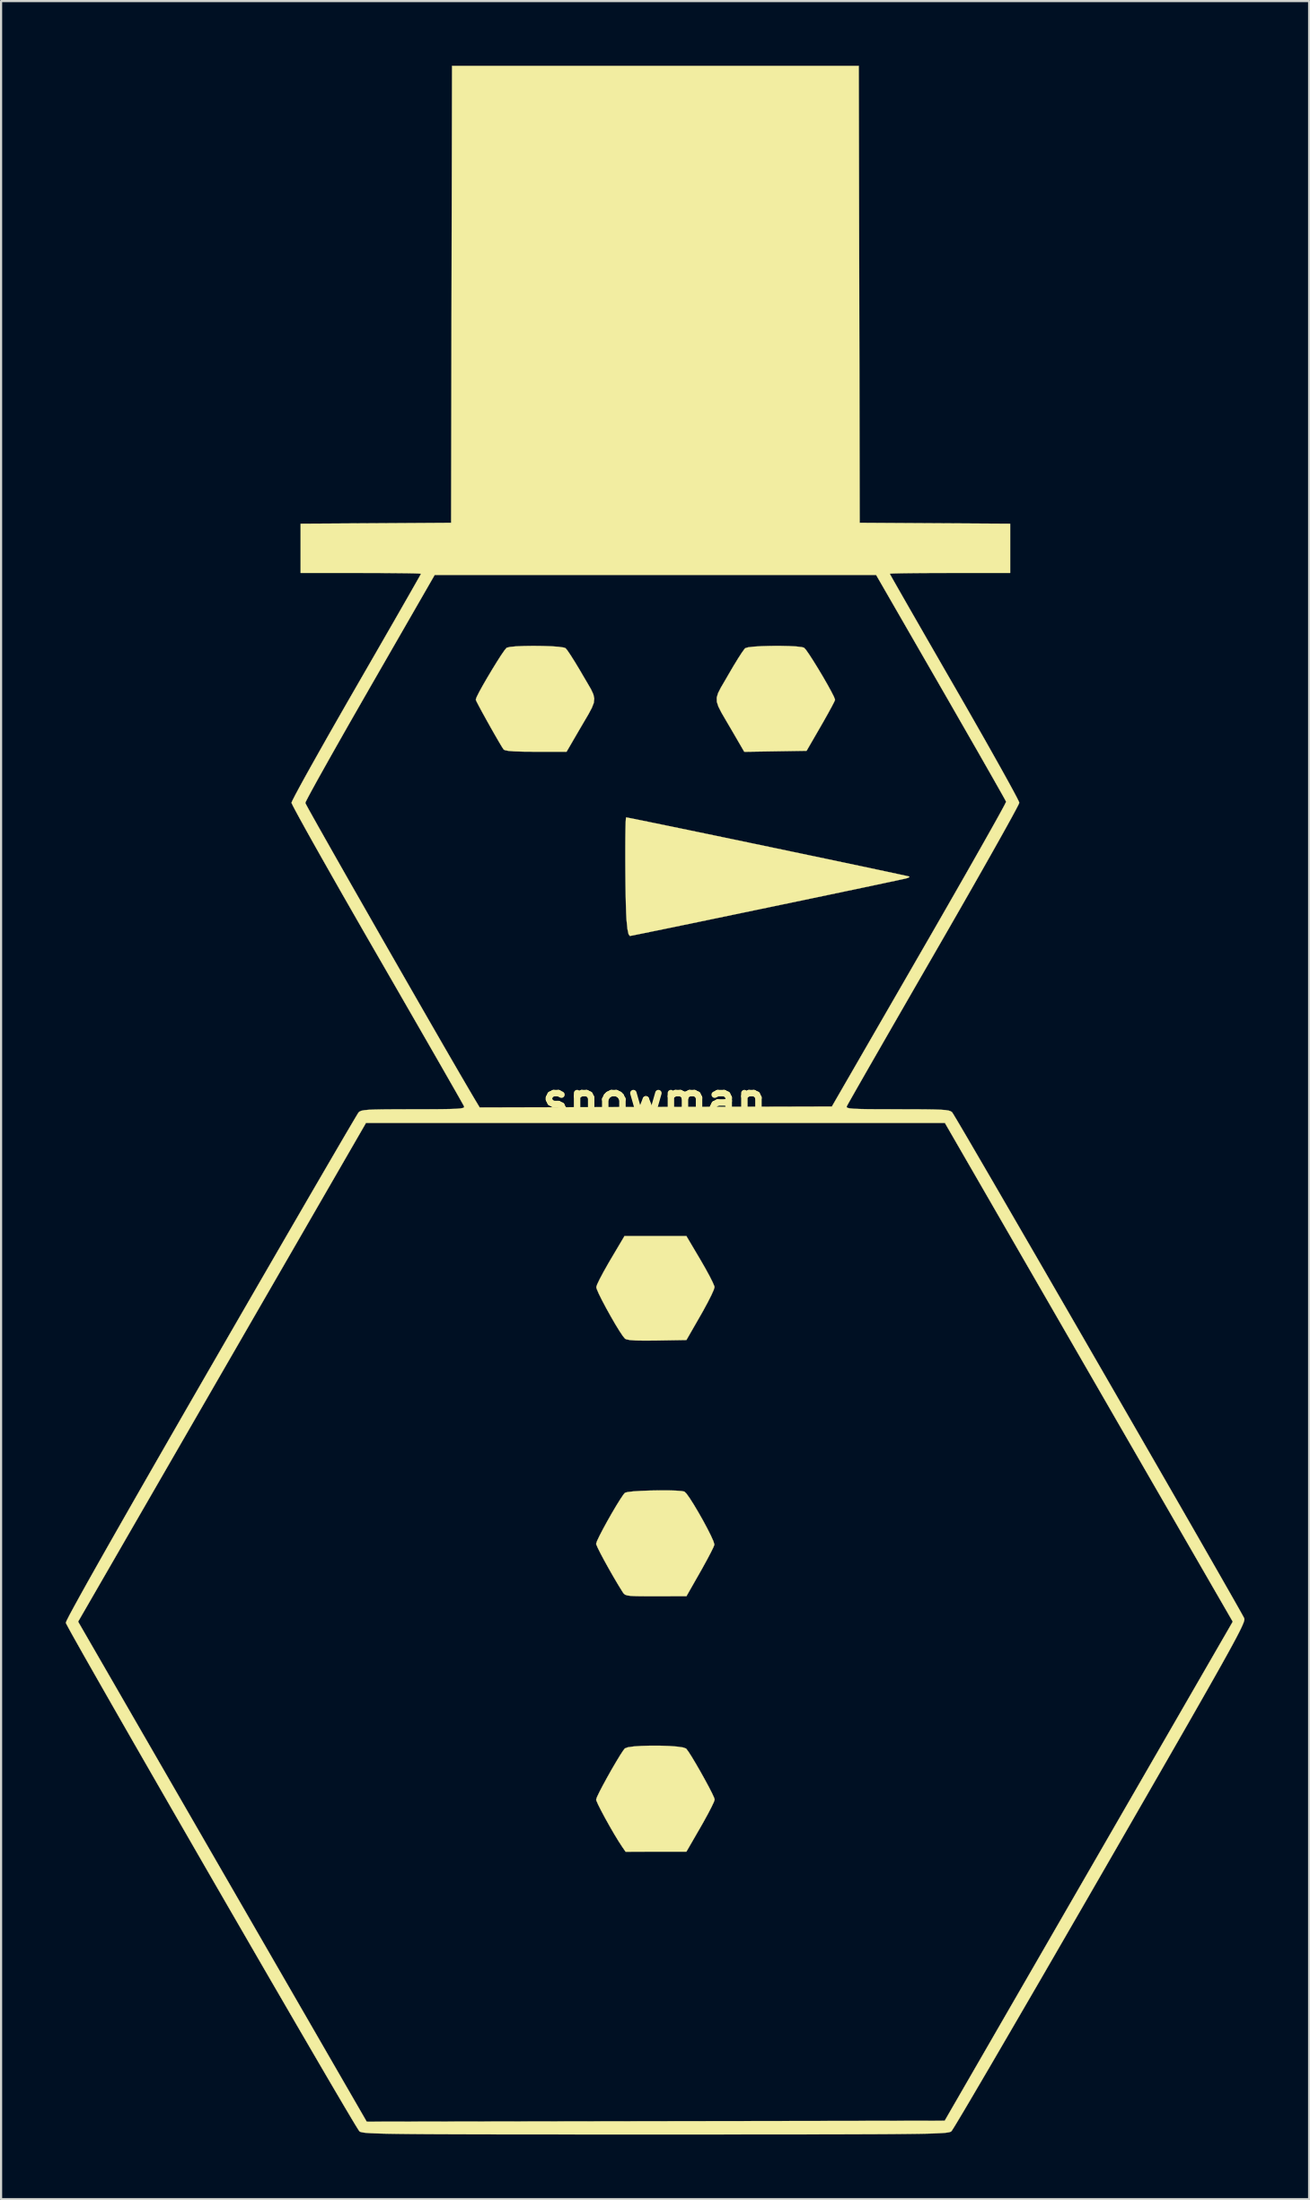
<source format=kicad_pcb>
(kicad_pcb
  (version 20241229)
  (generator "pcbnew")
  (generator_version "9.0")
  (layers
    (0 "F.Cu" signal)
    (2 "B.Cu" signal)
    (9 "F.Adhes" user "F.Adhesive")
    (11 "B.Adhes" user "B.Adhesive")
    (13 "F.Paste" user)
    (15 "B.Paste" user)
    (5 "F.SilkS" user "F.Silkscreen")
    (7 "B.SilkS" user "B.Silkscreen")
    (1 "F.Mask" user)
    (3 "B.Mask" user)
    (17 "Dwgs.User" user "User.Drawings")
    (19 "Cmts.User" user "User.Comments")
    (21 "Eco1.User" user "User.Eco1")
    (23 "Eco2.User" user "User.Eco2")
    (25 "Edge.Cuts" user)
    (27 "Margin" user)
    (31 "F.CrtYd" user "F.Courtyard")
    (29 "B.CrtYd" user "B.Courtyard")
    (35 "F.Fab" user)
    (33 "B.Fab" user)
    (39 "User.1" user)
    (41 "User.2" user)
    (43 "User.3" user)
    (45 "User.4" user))
  (footprint "snowman"
    (layer "F.Cu")
    (at 27.33 48.011)
    (property "Reference" "snowman" (at 0 0 0) (layer "F.SilkS") (effects (font (size 1.524 1.524) (thickness 0.3))))
    (attr through_hole)
    (fp_poly (pts (xy 2.131 7.408) (xy 2.36 7.806) (xy 2.555 8.163) (xy 2.699 8.449) (xy 2.778 8.636) (xy 2.788 8.679) (xy 2.749 8.809) (xy 2.639 9.054) (xy 2.471 9.386) (xy 2.261 9.774) (xy 2.138 9.991) (xy 1.482 11.134) (xy 0.125 11.157) (xy -0.439 11.162) (xy -0.853 11.156) (xy -1.136 11.136) (xy -1.307 11.102) (xy -1.367 11.072) (xy -1.47 10.948) (xy -1.628 10.711) (xy -1.822 10.395) (xy -2.032 10.031) (xy -2.242 9.654) (xy -2.432 9.295) (xy -2.584 8.989) (xy -2.679 8.769) (xy -2.703 8.677) (xy -2.659 8.548) (xy -2.542 8.304) (xy -2.368 7.976) (xy -2.152 7.594) (xy -2.044 7.408) (xy -1.392 6.308) (xy 1.48 6.308) (xy 2.131 7.408)) (stroke (width 0.01) (type solid)) (fill yes) (layer "F.SilkS"))
    (fp_poly (pts (xy 6.236 -21.075) (xy 6.588 -21.056) (xy 6.841 -21.026) (xy 6.943 -20.997) (xy 7.03 -20.902) (xy 7.179 -20.689) (xy 7.371 -20.392) (xy 7.588 -20.041) (xy 7.811 -19.668) (xy 8.02 -19.305) (xy 8.197 -18.983) (xy 8.324 -18.735) (xy 8.38 -18.592) (xy 8.382 -18.58) (xy 8.341 -18.483) (xy 8.229 -18.266) (xy 8.061 -17.958) (xy 7.851 -17.584) (xy 7.721 -17.357) (xy 7.06 -16.214) (xy 4.168 -16.167) (xy 3.602 -17.141) (xy 3.318 -17.625) (xy 3.106 -17.99) (xy 2.966 -18.266) (xy 2.894 -18.487) (xy 2.89 -18.684) (xy 2.95 -18.888) (xy 3.073 -19.132) (xy 3.257 -19.447) (xy 3.43 -19.745) (xy 3.663 -20.144) (xy 3.878 -20.496) (xy 4.056 -20.771) (xy 4.178 -20.94) (xy 4.212 -20.976) (xy 4.349 -21.017) (xy 4.617 -21.048) (xy 4.978 -21.07) (xy 5.393 -21.082) (xy 5.825 -21.084) (xy 6.236 -21.075)) (stroke (width 0.01) (type solid)) (fill yes) (layer "F.SilkS"))
    (fp_poly (pts (xy 0.251 29.963) (xy 0.674 29.977) (xy 1.041 30.004) (xy 1.317 30.043) (xy 1.464 30.094) (xy 1.469 30.098) (xy 1.571 30.232) (xy 1.727 30.475) (xy 1.918 30.794) (xy 2.127 31.156) (xy 2.335 31.529) (xy 2.524 31.879) (xy 2.675 32.175) (xy 2.77 32.384) (xy 2.794 32.464) (xy 2.753 32.584) (xy 2.641 32.82) (xy 2.472 33.145) (xy 2.261 33.528) (xy 2.138 33.744) (xy 1.482 34.881) (xy 0.069 34.882) (xy -1.343 34.883) (xy -1.503 34.65) (xy -1.673 34.388) (xy -1.874 34.057) (xy -2.086 33.69) (xy -2.293 33.319) (xy -2.475 32.978) (xy -2.616 32.698) (xy -2.697 32.513) (xy -2.709 32.464) (xy -2.668 32.344) (xy -2.558 32.113) (xy -2.395 31.801) (xy -2.2 31.443) (xy -1.99 31.069) (xy -1.782 30.714) (xy -1.597 30.408) (xy -1.451 30.186) (xy -1.375 30.089) (xy -1.238 30.037) (xy -0.97 29.999) (xy -0.608 29.974) (xy -0.188 29.962) (xy 0.251 29.963)) (stroke (width 0.01) (type solid)) (fill yes) (layer "F.SilkS"))
    (fp_poly (pts (xy -5.196 -21.079) (xy -4.792 -21.065) (xy -4.452 -21.041) (xy -4.215 -21.007) (xy -4.128 -20.976) (xy -4.039 -20.868) (xy -3.886 -20.641) (xy -3.686 -20.324) (xy -3.458 -19.945) (xy -3.344 -19.749) (xy -3.116 -19.362) (xy -2.947 -19.07) (xy -2.84 -18.84) (xy -2.796 -18.641) (xy -2.817 -18.442) (xy -2.906 -18.21) (xy -3.064 -17.914) (xy -3.294 -17.522) (xy -3.516 -17.143) (xy -4.081 -16.171) (xy -5.501 -16.171) (xy -6.077 -16.175) (xy -6.5 -16.188) (xy -6.785 -16.211) (xy -6.95 -16.245) (xy -7.003 -16.277) (xy -7.087 -16.405) (xy -7.226 -16.638) (xy -7.404 -16.946) (xy -7.604 -17.297) (xy -7.806 -17.659) (xy -7.995 -18.001) (xy -8.151 -18.291) (xy -8.258 -18.498) (xy -8.297 -18.59) (xy -8.254 -18.71) (xy -8.139 -18.94) (xy -7.969 -19.249) (xy -7.763 -19.605) (xy -7.541 -19.977) (xy -7.322 -20.333) (xy -7.125 -20.642) (xy -6.967 -20.871) (xy -6.869 -20.99) (xy -6.859 -20.997) (xy -6.701 -21.035) (xy -6.418 -21.062) (xy -6.048 -21.078) (xy -5.628 -21.084) (xy -5.196 -21.079)) (stroke (width 0.01) (type solid)) (fill yes) (layer "F.SilkS"))
    (fp_poly (pts (xy 0.623 18.114) (xy 0.985 18.124) (xy 1.257 18.144) (xy 1.39 18.17) (xy 1.485 18.264) (xy 1.637 18.477) (xy 1.828 18.778) (xy 2.04 19.135) (xy 2.255 19.514) (xy 2.454 19.885) (xy 2.62 20.215) (xy 2.735 20.472) (xy 2.78 20.624) (xy 2.779 20.638) (xy 2.729 20.765) (xy 2.609 21.008) (xy 2.435 21.337) (xy 2.223 21.723) (xy 2.117 21.911) (xy 1.482 23.026) (xy 0.065 23.027) (xy -0.455 23.027) (xy -0.832 23.023) (xy -1.092 23.011) (xy -1.261 22.989) (xy -1.364 22.954) (xy -1.428 22.901) (xy -1.473 22.839) (xy -1.676 22.511) (xy -1.898 22.136) (xy -2.122 21.743) (xy -2.332 21.365) (xy -2.51 21.03) (xy -2.64 20.769) (xy -2.705 20.614) (xy -2.709 20.591) (xy -2.668 20.465) (xy -2.556 20.228) (xy -2.392 19.912) (xy -2.195 19.551) (xy -1.983 19.178) (xy -1.775 18.825) (xy -1.589 18.526) (xy -1.445 18.312) (xy -1.37 18.224) (xy -1.244 18.19) (xy -0.987 18.16) (xy -0.634 18.137) (xy -0.224 18.122) (xy 0.208 18.114) (xy 0.623 18.114)) (stroke (width 0.01) (type solid)) (fill yes) (layer "F.SilkS"))
    (fp_poly (pts (xy -1.22 -13.106) (xy -0.975 -13.058) (xy -0.595 -12.981) (xy -0.097 -12.879) (xy 0.505 -12.755) (xy 1.196 -12.613) (xy 1.96 -12.454) (xy 2.782 -12.284) (xy 3.646 -12.104) (xy 4.538 -11.918) (xy 5.442 -11.729) (xy 6.343 -11.54) (xy 7.226 -11.355) (xy 8.075 -11.177) (xy 8.875 -11.008) (xy 9.612 -10.853) (xy 10.268 -10.714) (xy 10.831 -10.594) (xy 11.283 -10.497) (xy 11.611 -10.426) (xy 11.798 -10.384) (xy 11.837 -10.374) (xy 11.796 -10.33) (xy 11.673 -10.289) (xy 11.515 -10.254) (xy 11.214 -10.189) (xy 10.785 -10.098) (xy 10.243 -9.983) (xy 9.604 -9.848) (xy 8.883 -9.697) (xy 8.097 -9.532) (xy 7.26 -9.357) (xy 6.388 -9.175) (xy 5.497 -8.989) (xy 4.601 -8.803) (xy 3.718 -8.619) (xy 2.862 -8.441) (xy 2.048 -8.272) (xy 1.293 -8.116) (xy 0.612 -7.975) (xy 0.02 -7.854) (xy -0.467 -7.754) (xy -0.833 -7.68) (xy -1.063 -7.634) (xy -1.142 -7.62) (xy -1.203 -7.7) (xy -1.255 -7.942) (xy -1.296 -8.35) (xy -1.3 -8.395) (xy -1.315 -8.683) (xy -1.327 -9.075) (xy -1.338 -9.546) (xy -1.346 -10.071) (xy -1.351 -10.624) (xy -1.354 -11.179) (xy -1.354 -11.71) (xy -1.351 -12.192) (xy -1.345 -12.599) (xy -1.337 -12.906) (xy -1.325 -13.086) (xy -1.315 -13.123) (xy -1.22 -13.106)) (stroke (width 0.01) (type solid)) (fill yes) (layer "F.SilkS"))
    (fp_poly (pts (xy 9.504 -37.402) (xy 9.525 -26.797) (xy 13.018 -26.775) (xy 16.51 -26.753) (xy 16.51 -24.469) (xy 13.716 -24.469) (xy 13.047 -24.468) (xy 12.436 -24.465) (xy 11.902 -24.46) (xy 11.465 -24.454) (xy 11.144 -24.446) (xy 10.96 -24.438) (xy 10.922 -24.432) (xy 10.963 -24.354) (xy 11.082 -24.142) (xy 11.273 -23.807) (xy 11.528 -23.36) (xy 11.841 -22.813) (xy 12.205 -22.179) (xy 12.613 -21.468) (xy 13.059 -20.694) (xy 13.535 -19.866) (xy 13.928 -19.186) (xy 14.425 -18.322) (xy 14.896 -17.497) (xy 15.336 -16.725) (xy 15.735 -16.017) (xy 16.089 -15.386) (xy 16.39 -14.843) (xy 16.632 -14.401) (xy 16.807 -14.072) (xy 16.909 -13.867) (xy 16.933 -13.803) (xy 16.892 -13.706) (xy 16.771 -13.473) (xy 16.577 -13.114) (xy 16.316 -12.641) (xy 15.993 -12.062) (xy 15.615 -11.39) (xy 15.187 -10.634) (xy 14.715 -9.804) (xy 14.205 -8.912) (xy 13.663 -7.967) (xy 13.094 -6.98) (xy 12.954 -6.736) (xy 12.379 -5.741) (xy 11.829 -4.786) (xy 11.308 -3.882) (xy 10.823 -3.039) (xy 10.38 -2.267) (xy 9.984 -1.578) (xy 9.642 -0.98) (xy 9.359 -0.485) (xy 9.142 -0.103) (xy 8.996 0.156) (xy 8.927 0.282) (xy 8.923 0.291) (xy 8.922 0.329) (xy 8.966 0.36) (xy 9.07 0.383) (xy 9.253 0.4) (xy 9.532 0.411) (xy 9.925 0.419) (xy 10.448 0.422) (xy 11.12 0.423) (xy 11.281 0.423) (xy 11.988 0.424) (xy 12.545 0.427) (xy 12.971 0.434) (xy 13.285 0.445) (xy 13.507 0.461) (xy 13.654 0.485) (xy 13.748 0.516) (xy 13.806 0.556) (xy 13.821 0.572) (xy 13.878 0.662) (xy 14.015 0.89) (xy 14.225 1.245) (xy 14.503 1.718) (xy 14.842 2.3) (xy 15.239 2.981) (xy 15.687 3.75) (xy 16.18 4.6) (xy 16.713 5.52) (xy 17.281 6.5) (xy 17.878 7.53) (xy 18.498 8.603) (xy 19.136 9.706) (xy 19.787 10.832) (xy 20.444 11.971) (xy 21.103 13.112) (xy 21.757 14.247) (xy 22.402 15.365) (xy 23.031 16.457) (xy 23.64 17.514) (xy 24.222 18.526) (xy 24.772 19.483) (xy 25.285 20.376) (xy 25.754 21.195) (xy 26.175 21.93) (xy 26.542 22.573) (xy 26.85 23.113) (xy 27.092 23.54) (xy 27.264 23.846) (xy 27.359 24.02) (xy 27.376 24.056) (xy 27.382 24.094) (xy 27.375 24.152) (xy 27.349 24.236) (xy 27.302 24.353) (xy 27.23 24.51) (xy 27.129 24.714) (xy 26.996 24.97) (xy 26.826 25.287) (xy 26.616 25.671) (xy 26.362 26.128) (xy 26.06 26.665) (xy 25.707 27.289) (xy 25.298 28.007) (xy 24.831 28.825) (xy 24.301 29.75) (xy 23.704 30.789) (xy 23.037 31.949) (xy 22.296 33.236) (xy 21.478 34.657) (xy 20.707 35.994) (xy 19.956 37.296) (xy 19.226 38.559) (xy 18.522 39.776) (xy 17.849 40.938) (xy 17.21 42.037) (xy 16.612 43.066) (xy 16.058 44.017) (xy 15.554 44.882) (xy 15.102 45.652) (xy 14.71 46.32) (xy 14.38 46.879) (xy 14.117 47.319) (xy 13.927 47.634) (xy 13.813 47.815) (xy 13.782 47.858) (xy 13.754 47.877) (xy 13.708 47.895) (xy 13.638 47.911) (xy 13.537 47.925) (xy 13.395 47.938) (xy 13.206 47.949) (xy 12.962 47.96) (xy 12.654 47.968) (xy 12.276 47.976) (xy 11.818 47.982) (xy 11.274 47.988) (xy 10.636 47.993) (xy 9.896 47.996) (xy 9.046 47.999) (xy 8.079 48.002) (xy 6.985 48.003) (xy 5.759 48.005) (xy 4.392 48.005) (xy 2.876 48.006) (xy 1.203 48.006) (xy 0.042 48.006) (xy -1.735 48.006) (xy -3.351 48.006) (xy -4.813 48.005) (xy -6.129 48.004) (xy -7.306 48.003) (xy -8.354 48.001) (xy -9.278 47.998) (xy -10.088 47.995) (xy -10.791 47.991) (xy -11.395 47.986) (xy -11.907 47.98) (xy -12.335 47.973) (xy -12.687 47.965) (xy -12.971 47.956) (xy -13.195 47.946) (xy -13.366 47.934) (xy -13.493 47.92) (xy -13.582 47.905) (xy -13.642 47.889) (xy -13.681 47.871) (xy -13.698 47.858) (xy -13.758 47.769) (xy -13.898 47.543) (xy -14.11 47.189) (xy -14.39 46.717) (xy -14.732 46.136) (xy -15.131 45.457) (xy -15.58 44.688) (xy -16.075 43.839) (xy -16.611 42.919) (xy -17.18 41.939) (xy -17.779 40.908) (xy -18.401 39.835) (xy -19.04 38.73) (xy -19.693 37.602) (xy -20.352 36.462) (xy -21.012 35.318) (xy -21.668 34.18) (xy -22.315 33.058) (xy -22.946 31.961) (xy -23.556 30.9) (xy -24.141 29.882) (xy -24.693 28.919) (xy -25.208 28.019) (xy -25.68 27.192) (xy -26.104 26.448) (xy -26.474 25.797) (xy -26.784 25.247) (xy -27.03 24.809) (xy -27.205 24.491) (xy -27.304 24.304) (xy -27.325 24.257) (xy -27.304 24.206) (xy -26.754 24.206) (xy -20.056 35.81) (xy -13.358 47.414) (xy 0.056 47.392) (xy 13.47 47.371) (xy 20.156 35.789) (xy 26.842 24.206) (xy 20.161 12.632) (xy 13.48 1.058) (xy -13.392 1.058) (xy -26.754 24.206) (xy -27.304 24.206) (xy -27.287 24.16) (xy -27.165 23.919) (xy -26.96 23.538) (xy -26.675 23.02) (xy -26.311 22.366) (xy -25.869 21.581) (xy -25.351 20.666) (xy -24.759 19.626) (xy -24.094 18.461) (xy -23.358 17.176) (xy -22.553 15.774) (xy -21.68 14.256) (xy -20.74 12.626) (xy -20.611 12.404) (xy -19.861 11.104) (xy -19.132 9.843) (xy -18.43 8.628) (xy -17.758 7.468) (xy -17.123 6.371) (xy -16.527 5.344) (xy -15.977 4.395) (xy -15.475 3.533) (xy -15.028 2.765) (xy -14.639 2.098) (xy -14.314 1.542) (xy -14.056 1.104) (xy -13.871 0.791) (xy -13.763 0.612) (xy -13.736 0.572) (xy -13.685 0.528) (xy -13.605 0.494) (xy -13.477 0.468) (xy -13.281 0.449) (xy -12.999 0.437) (xy -12.611 0.429) (xy -12.098 0.425) (xy -11.442 0.423) (xy -11.196 0.423) (xy -10.491 0.423) (xy -9.938 0.42) (xy -9.52 0.413) (xy -9.218 0.403) (xy -9.017 0.387) (xy -8.897 0.365) (xy -8.842 0.337) (xy -8.835 0.299) (xy -8.838 0.291) (xy -8.887 0.2) (xy -9.015 -0.028) (xy -9.215 -0.381) (xy -9.483 -0.849) (xy -9.811 -1.423) (xy -10.194 -2.091) (xy -10.627 -2.844) (xy -11.102 -3.67) (xy -11.615 -4.561) (xy -12.158 -5.504) (xy -12.727 -6.49) (xy -12.869 -6.736) (xy -13.443 -7.731) (xy -13.991 -8.687) (xy -14.51 -9.593) (xy -14.991 -10.439) (xy -15.431 -11.215) (xy -15.822 -11.908) (xy -16.159 -12.511) (xy -16.435 -13.011) (xy -16.646 -13.398) (xy -16.785 -13.663) (xy -16.846 -13.794) (xy -16.846 -13.795) (xy -16.209 -13.795) (xy -16.167 -13.71) (xy -16.048 -13.491) (xy -15.858 -13.15) (xy -15.605 -12.699) (xy -15.296 -12.152) (xy -14.938 -11.519) (xy -14.538 -10.814) (xy -14.103 -10.049) (xy -13.639 -9.237) (xy -13.155 -8.389) (xy -12.658 -7.518) (xy -12.153 -6.637) (xy -11.649 -5.758) (xy -11.153 -4.893) (xy -10.671 -4.054) (xy -10.211 -3.255) (xy -9.78 -2.507) (xy -9.384 -1.823) (xy -9.032 -1.216) (xy -8.729 -0.697) (xy -8.484 -0.278) (xy -8.303 0.027) (xy -8.28 0.064) (xy -8.114 0.34) (xy 0.06 0.318) (xy 8.234 0.296) (xy 12.289 -6.73) (xy 12.868 -7.733) (xy 13.421 -8.696) (xy 13.943 -9.607) (xy 14.429 -10.457) (xy 14.872 -11.236) (xy 15.267 -11.933) (xy 15.608 -12.538) (xy 15.89 -13.041) (xy 16.105 -13.432) (xy 16.25 -13.7) (xy 16.317 -13.836) (xy 16.322 -13.85) (xy 16.277 -13.938) (xy 16.154 -14.159) (xy 15.959 -14.504) (xy 15.701 -14.96) (xy 15.385 -15.514) (xy 15.019 -16.156) (xy 14.608 -16.872) (xy 14.16 -17.652) (xy 13.683 -18.484) (xy 13.293 -19.161) (xy 10.287 -24.377) (xy 0.042 -24.377) (xy -10.202 -24.377) (xy -13.208 -19.152) (xy -13.704 -18.287) (xy -14.175 -17.464) (xy -14.613 -16.693) (xy -15.012 -15.988) (xy -15.365 -15.359) (xy -15.666 -14.82) (xy -15.907 -14.381) (xy -16.082 -14.056) (xy -16.184 -13.856) (xy -16.209 -13.795) (xy -16.846 -13.795) (xy -16.849 -13.804) (xy -16.807 -13.905) (xy -16.687 -14.14) (xy -16.496 -14.497) (xy -16.24 -14.965) (xy -15.926 -15.529) (xy -15.56 -16.18) (xy -15.151 -16.904) (xy -14.703 -17.689) (xy -14.225 -18.524) (xy -13.843 -19.187) (xy -13.347 -20.047) (xy -12.876 -20.864) (xy -12.438 -21.626) (xy -12.038 -22.321) (xy -11.685 -22.938) (xy -11.384 -23.464) (xy -11.142 -23.888) (xy -10.966 -24.198) (xy -10.863 -24.382) (xy -10.837 -24.431) (xy -10.919 -24.44) (xy -11.15 -24.449) (xy -11.511 -24.456) (xy -11.982 -24.461) (xy -12.543 -24.466) (xy -13.175 -24.468) (xy -13.631 -24.469) (xy -16.425 -24.469) (xy -16.425 -26.753) (xy -12.933 -26.775) (xy -9.44 -26.797) (xy -9.419 -37.401) (xy -9.397 -48.006) (xy 9.482 -48.006) (xy 9.504 -37.402)) (stroke (width 0.01) (type solid)) (fill yes) (layer "F.SilkS")))
  (gr_rect
    (start -3 -3)
    (end 57.717 99.022)
    (stroke (width 0.1) (type default))
    (fill no)
    (layer "Edge.Cuts")))
</source>
